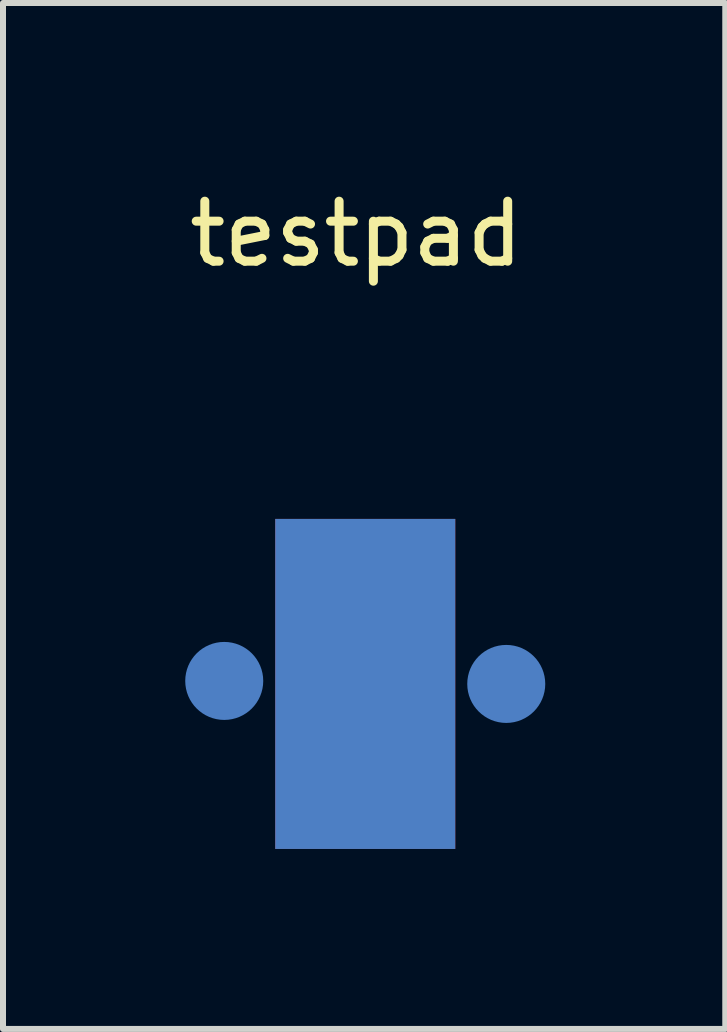
<source format=kicad_pcb>
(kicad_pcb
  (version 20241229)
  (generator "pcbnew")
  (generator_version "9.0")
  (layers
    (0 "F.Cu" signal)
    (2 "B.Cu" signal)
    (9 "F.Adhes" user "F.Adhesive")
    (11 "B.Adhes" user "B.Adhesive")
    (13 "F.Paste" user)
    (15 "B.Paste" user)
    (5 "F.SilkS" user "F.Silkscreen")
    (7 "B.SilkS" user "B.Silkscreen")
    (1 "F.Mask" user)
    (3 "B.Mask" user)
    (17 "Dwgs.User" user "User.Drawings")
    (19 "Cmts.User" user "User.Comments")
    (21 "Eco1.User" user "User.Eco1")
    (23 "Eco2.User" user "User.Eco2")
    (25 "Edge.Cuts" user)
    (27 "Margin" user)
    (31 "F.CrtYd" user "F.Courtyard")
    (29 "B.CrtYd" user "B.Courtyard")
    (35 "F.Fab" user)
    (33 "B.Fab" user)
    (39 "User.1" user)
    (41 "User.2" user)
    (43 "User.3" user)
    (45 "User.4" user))
  (footprint "testpad"
    (layer "F.Cu")
    (at 2.887 8.298)
    (property "Reference" "testpad" (at 0 -7.45 0) (unlocked yes) (layer "F.SilkS") (effects (font (size 1 1) (thickness 0.15))))
    (attr smd)
    (pad "DRIVE" connect rect (at 0.15 0.05) (size 3 5.5) (layers "B.Cu"))
    (pad "GND" connect circle (at -2.2 0) (size 1.3 1.3) (layers "B.Cu"))
    (pad "GND" connect circle (at 2.5 0.05) (size 1.3 1.3) (layers "B.Cu"))
    (pad "SENSE" connect rect (at 0.15 0.05) (size 3 5.5) (layers "F.Cu")))
  (gr_rect
    (start -3 -3)
    (end 9.037 14.098)
    (stroke (width 0.1) (type default))
    (fill no)
    (layer "Edge.Cuts")))
</source>
